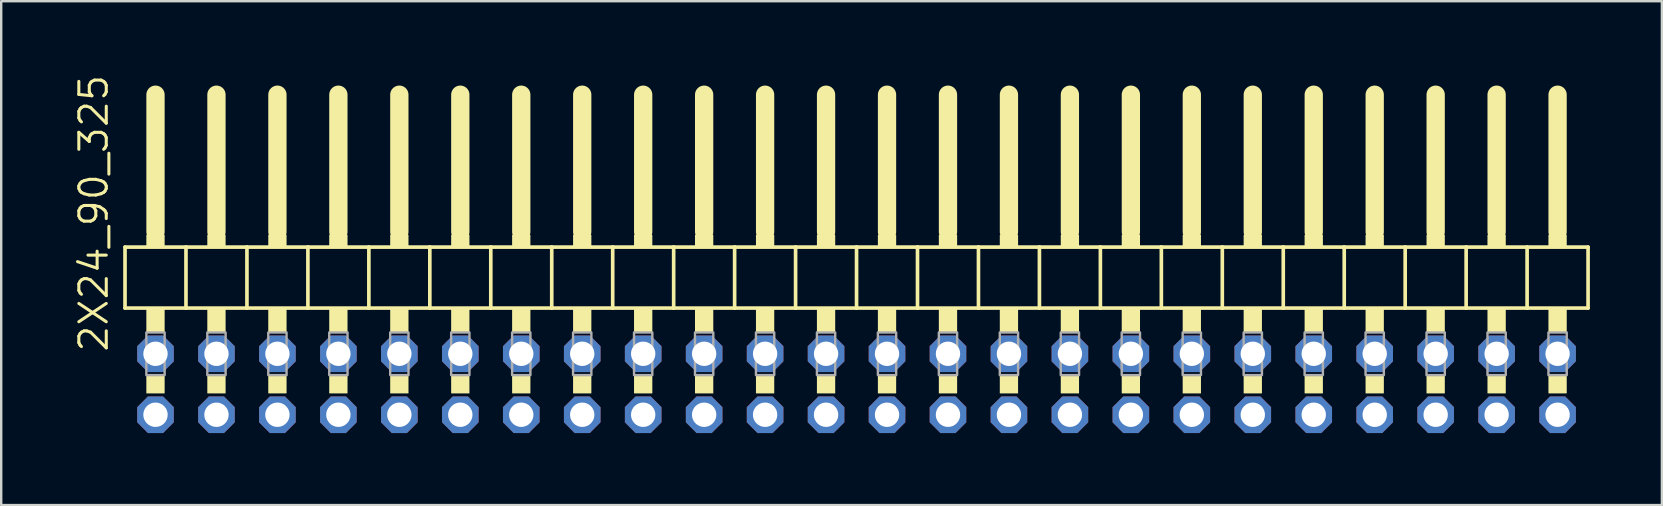
<source format=kicad_pcb>
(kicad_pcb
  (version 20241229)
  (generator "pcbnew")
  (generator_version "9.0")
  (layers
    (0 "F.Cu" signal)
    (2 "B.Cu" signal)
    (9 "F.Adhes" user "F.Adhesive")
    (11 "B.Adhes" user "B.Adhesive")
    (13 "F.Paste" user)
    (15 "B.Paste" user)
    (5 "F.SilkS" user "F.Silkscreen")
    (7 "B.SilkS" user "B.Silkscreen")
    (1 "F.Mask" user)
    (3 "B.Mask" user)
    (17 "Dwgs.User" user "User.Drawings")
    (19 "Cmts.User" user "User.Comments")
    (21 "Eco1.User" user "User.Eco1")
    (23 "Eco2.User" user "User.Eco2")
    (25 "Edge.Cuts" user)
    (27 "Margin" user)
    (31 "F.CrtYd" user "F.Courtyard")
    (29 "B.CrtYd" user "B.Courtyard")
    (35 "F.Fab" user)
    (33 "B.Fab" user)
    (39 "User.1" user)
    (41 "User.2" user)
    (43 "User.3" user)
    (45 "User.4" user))
  (footprint "2X24_90_325"
    (layer "F.Cu")
    (at 32.639 7.881)
    (property "Reference" "2X24_90_325" (at -31.115 3.81 90) (unlocked yes) (layer "F.SilkS") (effects (font (size 1.143 1.143) (thickness 0.127)) (justify left bottom)))
    (fp_line (start -30.48 -0.635) (end -30.48 1.905) (stroke (width 0.152) (type solid)) (layer "F.SilkS"))
    (fp_line (start -30.48 1.905) (end -27.94 1.905) (stroke (width 0.152) (type solid)) (layer "F.SilkS"))
    (fp_line (start -29.21 -6.985) (end -29.21 -1.27) (stroke (width 0.762) (type solid)) (layer "F.SilkS"))
    (fp_line (start -27.94 -0.635) (end -30.48 -0.635) (stroke (width 0.152) (type solid)) (layer "F.SilkS"))
    (fp_line (start -27.94 1.905) (end -27.94 -0.635) (stroke (width 0.152) (type solid)) (layer "F.SilkS"))
    (fp_line (start -27.94 1.905) (end -25.4 1.905) (stroke (width 0.152) (type solid)) (layer "F.SilkS"))
    (fp_line (start -26.67 -6.985) (end -26.67 -1.27) (stroke (width 0.762) (type solid)) (layer "F.SilkS"))
    (fp_line (start -25.4 -0.635) (end -27.94 -0.635) (stroke (width 0.152) (type solid)) (layer "F.SilkS"))
    (fp_line (start -25.4 1.905) (end -25.4 -0.635) (stroke (width 0.152) (type solid)) (layer "F.SilkS"))
    (fp_line (start -25.4 1.905) (end -22.86 1.905) (stroke (width 0.152) (type solid)) (layer "F.SilkS"))
    (fp_line (start -24.13 -6.985) (end -24.13 -1.27) (stroke (width 0.762) (type solid)) (layer "F.SilkS"))
    (fp_line (start -22.86 -0.635) (end -25.4 -0.635) (stroke (width 0.152) (type solid)) (layer "F.SilkS"))
    (fp_line (start -22.86 1.905) (end -22.86 -0.635) (stroke (width 0.152) (type solid)) (layer "F.SilkS"))
    (fp_line (start -22.86 1.905) (end -20.32 1.905) (stroke (width 0.152) (type solid)) (layer "F.SilkS"))
    (fp_line (start -21.59 -6.985) (end -21.59 -1.27) (stroke (width 0.762) (type solid)) (layer "F.SilkS"))
    (fp_line (start -20.32 -0.635) (end -22.86 -0.635) (stroke (width 0.152) (type solid)) (layer "F.SilkS"))
    (fp_line (start -20.32 1.905) (end -20.32 -0.635) (stroke (width 0.152) (type solid)) (layer "F.SilkS"))
    (fp_line (start -20.32 1.905) (end -17.78 1.905) (stroke (width 0.152) (type solid)) (layer "F.SilkS"))
    (fp_line (start -19.05 -6.985) (end -19.05 -1.27) (stroke (width 0.762) (type solid)) (layer "F.SilkS"))
    (fp_line (start -17.78 -0.635) (end -20.32 -0.635) (stroke (width 0.152) (type solid)) (layer "F.SilkS"))
    (fp_line (start -17.78 1.905) (end -17.78 -0.635) (stroke (width 0.152) (type solid)) (layer "F.SilkS"))
    (fp_line (start -17.78 1.905) (end -15.24 1.905) (stroke (width 0.152) (type solid)) (layer "F.SilkS"))
    (fp_line (start -16.51 -6.985) (end -16.51 -1.27) (stroke (width 0.762) (type solid)) (layer "F.SilkS"))
    (fp_line (start -15.24 -0.635) (end -17.78 -0.635) (stroke (width 0.152) (type solid)) (layer "F.SilkS"))
    (fp_line (start -15.24 1.905) (end -15.24 -0.635) (stroke (width 0.152) (type solid)) (layer "F.SilkS"))
    (fp_line (start -15.24 1.905) (end -12.7 1.905) (stroke (width 0.152) (type solid)) (layer "F.SilkS"))
    (fp_line (start -13.97 -6.985) (end -13.97 -1.27) (stroke (width 0.762) (type solid)) (layer "F.SilkS"))
    (fp_line (start -12.7 -0.635) (end -15.24 -0.635) (stroke (width 0.152) (type solid)) (layer "F.SilkS"))
    (fp_line (start -12.7 1.905) (end -12.7 -0.635) (stroke (width 0.152) (type solid)) (layer "F.SilkS"))
    (fp_line (start -12.7 1.905) (end -10.16 1.905) (stroke (width 0.152) (type solid)) (layer "F.SilkS"))
    (fp_line (start -11.43 -6.985) (end -11.43 -1.27) (stroke (width 0.762) (type solid)) (layer "F.SilkS"))
    (fp_line (start -10.16 -0.635) (end -12.7 -0.635) (stroke (width 0.152) (type solid)) (layer "F.SilkS"))
    (fp_line (start -10.16 1.905) (end -10.16 -0.635) (stroke (width 0.152) (type solid)) (layer "F.SilkS"))
    (fp_line (start -10.16 1.905) (end -7.62 1.905) (stroke (width 0.152) (type solid)) (layer "F.SilkS"))
    (fp_line (start -8.89 -6.985) (end -8.89 -1.27) (stroke (width 0.762) (type solid)) (layer "F.SilkS"))
    (fp_line (start -7.62 -0.635) (end -10.16 -0.635) (stroke (width 0.152) (type solid)) (layer "F.SilkS"))
    (fp_line (start -7.62 1.905) (end -7.62 -0.635) (stroke (width 0.152) (type solid)) (layer "F.SilkS"))
    (fp_line (start -7.62 1.905) (end -5.08 1.905) (stroke (width 0.152) (type solid)) (layer "F.SilkS"))
    (fp_line (start -6.35 -6.985) (end -6.35 -1.27) (stroke (width 0.762) (type solid)) (layer "F.SilkS"))
    (fp_line (start -5.08 -0.635) (end -7.62 -0.635) (stroke (width 0.152) (type solid)) (layer "F.SilkS"))
    (fp_line (start -5.08 1.905) (end -5.08 -0.635) (stroke (width 0.152) (type solid)) (layer "F.SilkS"))
    (fp_line (start -5.08 1.905) (end -2.54 1.905) (stroke (width 0.152) (type solid)) (layer "F.SilkS"))
    (fp_line (start -3.81 -6.985) (end -3.81 -1.27) (stroke (width 0.762) (type solid)) (layer "F.SilkS"))
    (fp_line (start -2.54 -0.635) (end -5.08 -0.635) (stroke (width 0.152) (type solid)) (layer "F.SilkS"))
    (fp_line (start -2.54 1.905) (end -2.54 -0.635) (stroke (width 0.152) (type solid)) (layer "F.SilkS"))
    (fp_line (start -2.54 1.905) (end 0 1.905) (stroke (width 0.152) (type solid)) (layer "F.SilkS"))
    (fp_line (start -1.27 -6.985) (end -1.27 -1.27) (stroke (width 0.762) (type solid)) (layer "F.SilkS"))
    (fp_line (start 0 -0.635) (end -2.54 -0.635) (stroke (width 0.152) (type solid)) (layer "F.SilkS"))
    (fp_line (start 0 1.905) (end 0 -0.635) (stroke (width 0.152) (type solid)) (layer "F.SilkS"))
    (fp_line (start 0 1.905) (end 2.54 1.905) (stroke (width 0.152) (type solid)) (layer "F.SilkS"))
    (fp_line (start 1.27 -6.985) (end 1.27 -1.27) (stroke (width 0.762) (type solid)) (layer "F.SilkS"))
    (fp_line (start 2.54 -0.635) (end 0 -0.635) (stroke (width 0.152) (type solid)) (layer "F.SilkS"))
    (fp_line (start 2.54 1.905) (end 2.54 -0.635) (stroke (width 0.152) (type solid)) (layer "F.SilkS"))
    (fp_line (start 2.54 1.905) (end 5.08 1.905) (stroke (width 0.152) (type solid)) (layer "F.SilkS"))
    (fp_line (start 3.81 -6.985) (end 3.81 -1.27) (stroke (width 0.762) (type solid)) (layer "F.SilkS"))
    (fp_line (start 5.08 -0.635) (end 2.54 -0.635) (stroke (width 0.152) (type solid)) (layer "F.SilkS"))
    (fp_line (start 5.08 1.905) (end 5.08 -0.635) (stroke (width 0.152) (type solid)) (layer "F.SilkS"))
    (fp_line (start 5.08 1.905) (end 7.62 1.905) (stroke (width 0.152) (type solid)) (layer "F.SilkS"))
    (fp_line (start 6.35 -6.985) (end 6.35 -1.27) (stroke (width 0.762) (type solid)) (layer "F.SilkS"))
    (fp_line (start 7.62 -0.635) (end 5.08 -0.635) (stroke (width 0.152) (type solid)) (layer "F.SilkS"))
    (fp_line (start 7.62 1.905) (end 7.62 -0.635) (stroke (width 0.152) (type solid)) (layer "F.SilkS"))
    (fp_line (start 7.62 1.905) (end 10.16 1.905) (stroke (width 0.152) (type solid)) (layer "F.SilkS"))
    (fp_line (start 8.89 -6.985) (end 8.89 -1.27) (stroke (width 0.762) (type solid)) (layer "F.SilkS"))
    (fp_line (start 10.16 -0.635) (end 7.62 -0.635) (stroke (width 0.152) (type solid)) (layer "F.SilkS"))
    (fp_line (start 10.16 1.905) (end 10.16 -0.635) (stroke (width 0.152) (type solid)) (layer "F.SilkS"))
    (fp_line (start 10.16 1.905) (end 12.7 1.905) (stroke (width 0.152) (type solid)) (layer "F.SilkS"))
    (fp_line (start 11.43 -6.985) (end 11.43 -1.27) (stroke (width 0.762) (type solid)) (layer "F.SilkS"))
    (fp_line (start 12.7 -0.635) (end 10.16 -0.635) (stroke (width 0.152) (type solid)) (layer "F.SilkS"))
    (fp_line (start 12.7 1.905) (end 12.7 -0.635) (stroke (width 0.152) (type solid)) (layer "F.SilkS"))
    (fp_line (start 12.7 1.905) (end 15.24 1.905) (stroke (width 0.152) (type solid)) (layer "F.SilkS"))
    (fp_line (start 13.97 -6.985) (end 13.97 -1.27) (stroke (width 0.762) (type solid)) (layer "F.SilkS"))
    (fp_line (start 15.24 -0.635) (end 12.7 -0.635) (stroke (width 0.152) (type solid)) (layer "F.SilkS"))
    (fp_line (start 15.24 1.905) (end 15.24 -0.635) (stroke (width 0.152) (type solid)) (layer "F.SilkS"))
    (fp_line (start 15.24 1.905) (end 17.78 1.905) (stroke (width 0.152) (type solid)) (layer "F.SilkS"))
    (fp_line (start 16.51 -6.985) (end 16.51 -1.27) (stroke (width 0.762) (type solid)) (layer "F.SilkS"))
    (fp_line (start 17.78 -0.635) (end 15.24 -0.635) (stroke (width 0.152) (type solid)) (layer "F.SilkS"))
    (fp_line (start 17.78 1.905) (end 17.78 -0.635) (stroke (width 0.152) (type solid)) (layer "F.SilkS"))
    (fp_line (start 17.78 1.905) (end 20.32 1.905) (stroke (width 0.152) (type solid)) (layer "F.SilkS"))
    (fp_line (start 19.05 -6.985) (end 19.05 -1.27) (stroke (width 0.762) (type solid)) (layer "F.SilkS"))
    (fp_line (start 20.32 -0.635) (end 17.78 -0.635) (stroke (width 0.152) (type solid)) (layer "F.SilkS"))
    (fp_line (start 20.32 1.905) (end 20.32 -0.635) (stroke (width 0.152) (type solid)) (layer "F.SilkS"))
    (fp_line (start 20.32 1.905) (end 22.86 1.905) (stroke (width 0.152) (type solid)) (layer "F.SilkS"))
    (fp_line (start 21.59 -6.985) (end 21.59 -1.27) (stroke (width 0.762) (type solid)) (layer "F.SilkS"))
    (fp_line (start 22.86 -0.635) (end 20.32 -0.635) (stroke (width 0.152) (type solid)) (layer "F.SilkS"))
    (fp_line (start 22.86 1.905) (end 22.86 -0.635) (stroke (width 0.152) (type solid)) (layer "F.SilkS"))
    (fp_line (start 22.86 1.905) (end 25.4 1.905) (stroke (width 0.152) (type solid)) (layer "F.SilkS"))
    (fp_line (start 24.13 -6.985) (end 24.13 -1.27) (stroke (width 0.762) (type solid)) (layer "F.SilkS"))
    (fp_line (start 25.4 -0.635) (end 22.86 -0.635) (stroke (width 0.152) (type solid)) (layer "F.SilkS"))
    (fp_line (start 25.4 1.905) (end 25.4 -0.635) (stroke (width 0.152) (type solid)) (layer "F.SilkS"))
    (fp_line (start 25.4 1.905) (end 27.94 1.905) (stroke (width 0.152) (type solid)) (layer "F.SilkS"))
    (fp_line (start 26.67 -6.985) (end 26.67 -1.27) (stroke (width 0.762) (type solid)) (layer "F.SilkS"))
    (fp_line (start 27.94 -0.635) (end 25.4 -0.635) (stroke (width 0.152) (type solid)) (layer "F.SilkS"))
    (fp_line (start 27.94 1.905) (end 27.94 -0.635) (stroke (width 0.152) (type solid)) (layer "F.SilkS"))
    (fp_line (start 27.94 1.905) (end 30.48 1.905) (stroke (width 0.152) (type solid)) (layer "F.SilkS"))
    (fp_line (start 29.21 -6.985) (end 29.21 -1.27) (stroke (width 0.762) (type solid)) (layer "F.SilkS"))
    (fp_line (start 30.48 -0.635) (end 27.94 -0.635) (stroke (width 0.152) (type solid)) (layer "F.SilkS"))
    (fp_line (start 30.48 1.905) (end 30.48 -0.635) (stroke (width 0.152) (type solid)) (layer "F.SilkS"))
    (fp_poly (pts (xy -29.591 -0.635) (xy -28.829 -0.635) (xy -28.829 -1.143) (xy -29.591 -1.143)) (stroke (width 0) (type default)) (fill yes) (layer "F.SilkS"))
    (fp_poly (pts (xy -29.591 2.921) (xy -28.829 2.921) (xy -28.829 1.905) (xy -29.591 1.905)) (stroke (width 0) (type default)) (fill yes) (layer "F.SilkS"))
    (fp_poly (pts (xy -29.591 5.461) (xy -28.829 5.461) (xy -28.829 4.699) (xy -29.591 4.699)) (stroke (width 0) (type default)) (fill yes) (layer "F.SilkS"))
    (fp_poly (pts (xy -27.051 -0.635) (xy -26.289 -0.635) (xy -26.289 -1.143) (xy -27.051 -1.143)) (stroke (width 0) (type default)) (fill yes) (layer "F.SilkS"))
    (fp_poly (pts (xy -27.051 2.921) (xy -26.289 2.921) (xy -26.289 1.905) (xy -27.051 1.905)) (stroke (width 0) (type default)) (fill yes) (layer "F.SilkS"))
    (fp_poly (pts (xy -27.051 5.461) (xy -26.289 5.461) (xy -26.289 4.699) (xy -27.051 4.699)) (stroke (width 0) (type default)) (fill yes) (layer "F.SilkS"))
    (fp_poly (pts (xy -24.511 -0.635) (xy -23.749 -0.635) (xy -23.749 -1.143) (xy -24.511 -1.143)) (stroke (width 0) (type default)) (fill yes) (layer "F.SilkS"))
    (fp_poly (pts (xy -24.511 2.921) (xy -23.749 2.921) (xy -23.749 1.905) (xy -24.511 1.905)) (stroke (width 0) (type default)) (fill yes) (layer "F.SilkS"))
    (fp_poly (pts (xy -24.511 5.461) (xy -23.749 5.461) (xy -23.749 4.699) (xy -24.511 4.699)) (stroke (width 0) (type default)) (fill yes) (layer "F.SilkS"))
    (fp_poly (pts (xy -21.971 -0.635) (xy -21.209 -0.635) (xy -21.209 -1.143) (xy -21.971 -1.143)) (stroke (width 0) (type default)) (fill yes) (layer "F.SilkS"))
    (fp_poly (pts (xy -21.971 2.921) (xy -21.209 2.921) (xy -21.209 1.905) (xy -21.971 1.905)) (stroke (width 0) (type default)) (fill yes) (layer "F.SilkS"))
    (fp_poly (pts (xy -21.971 5.461) (xy -21.209 5.461) (xy -21.209 4.699) (xy -21.971 4.699)) (stroke (width 0) (type default)) (fill yes) (layer "F.SilkS"))
    (fp_poly (pts (xy -19.431 -0.635) (xy -18.669 -0.635) (xy -18.669 -1.143) (xy -19.431 -1.143)) (stroke (width 0) (type default)) (fill yes) (layer "F.SilkS"))
    (fp_poly (pts (xy -19.431 2.921) (xy -18.669 2.921) (xy -18.669 1.905) (xy -19.431 1.905)) (stroke (width 0) (type default)) (fill yes) (layer "F.SilkS"))
    (fp_poly (pts (xy -19.431 5.461) (xy -18.669 5.461) (xy -18.669 4.699) (xy -19.431 4.699)) (stroke (width 0) (type default)) (fill yes) (layer "F.SilkS"))
    (fp_poly (pts (xy -16.891 -0.635) (xy -16.129 -0.635) (xy -16.129 -1.143) (xy -16.891 -1.143)) (stroke (width 0) (type default)) (fill yes) (layer "F.SilkS"))
    (fp_poly (pts (xy -16.891 2.921) (xy -16.129 2.921) (xy -16.129 1.905) (xy -16.891 1.905)) (stroke (width 0) (type default)) (fill yes) (layer "F.SilkS"))
    (fp_poly (pts (xy -16.891 5.461) (xy -16.129 5.461) (xy -16.129 4.699) (xy -16.891 4.699)) (stroke (width 0) (type default)) (fill yes) (layer "F.SilkS"))
    (fp_poly (pts (xy -14.351 -0.635) (xy -13.589 -0.635) (xy -13.589 -1.143) (xy -14.351 -1.143)) (stroke (width 0) (type default)) (fill yes) (layer "F.SilkS"))
    (fp_poly (pts (xy -14.351 2.921) (xy -13.589 2.921) (xy -13.589 1.905) (xy -14.351 1.905)) (stroke (width 0) (type default)) (fill yes) (layer "F.SilkS"))
    (fp_poly (pts (xy -14.351 5.461) (xy -13.589 5.461) (xy -13.589 4.699) (xy -14.351 4.699)) (stroke (width 0) (type default)) (fill yes) (layer "F.SilkS"))
    (fp_poly (pts (xy -11.811 -0.635) (xy -11.049 -0.635) (xy -11.049 -1.143) (xy -11.811 -1.143)) (stroke (width 0) (type default)) (fill yes) (layer "F.SilkS"))
    (fp_poly (pts (xy -11.811 2.921) (xy -11.049 2.921) (xy -11.049 1.905) (xy -11.811 1.905)) (stroke (width 0) (type default)) (fill yes) (layer "F.SilkS"))
    (fp_poly (pts (xy -11.811 5.461) (xy -11.049 5.461) (xy -11.049 4.699) (xy -11.811 4.699)) (stroke (width 0) (type default)) (fill yes) (layer "F.SilkS"))
    (fp_poly (pts (xy -9.271 -0.635) (xy -8.509 -0.635) (xy -8.509 -1.143) (xy -9.271 -1.143)) (stroke (width 0) (type default)) (fill yes) (layer "F.SilkS"))
    (fp_poly (pts (xy -9.271 2.921) (xy -8.509 2.921) (xy -8.509 1.905) (xy -9.271 1.905)) (stroke (width 0) (type default)) (fill yes) (layer "F.SilkS"))
    (fp_poly (pts (xy -9.271 5.461) (xy -8.509 5.461) (xy -8.509 4.699) (xy -9.271 4.699)) (stroke (width 0) (type default)) (fill yes) (layer "F.SilkS"))
    (fp_poly (pts (xy -6.731 -0.635) (xy -5.969 -0.635) (xy -5.969 -1.143) (xy -6.731 -1.143)) (stroke (width 0) (type default)) (fill yes) (layer "F.SilkS"))
    (fp_poly (pts (xy -6.731 2.921) (xy -5.969 2.921) (xy -5.969 1.905) (xy -6.731 1.905)) (stroke (width 0) (type default)) (fill yes) (layer "F.SilkS"))
    (fp_poly (pts (xy -6.731 5.461) (xy -5.969 5.461) (xy -5.969 4.699) (xy -6.731 4.699)) (stroke (width 0) (type default)) (fill yes) (layer "F.SilkS"))
    (fp_poly (pts (xy -4.191 -0.635) (xy -3.429 -0.635) (xy -3.429 -1.143) (xy -4.191 -1.143)) (stroke (width 0) (type default)) (fill yes) (layer "F.SilkS"))
    (fp_poly (pts (xy -4.191 2.921) (xy -3.429 2.921) (xy -3.429 1.905) (xy -4.191 1.905)) (stroke (width 0) (type default)) (fill yes) (layer "F.SilkS"))
    (fp_poly (pts (xy -4.191 5.461) (xy -3.429 5.461) (xy -3.429 4.699) (xy -4.191 4.699)) (stroke (width 0) (type default)) (fill yes) (layer "F.SilkS"))
    (fp_poly (pts (xy -1.651 -0.635) (xy -0.889 -0.635) (xy -0.889 -1.143) (xy -1.651 -1.143)) (stroke (width 0) (type default)) (fill yes) (layer "F.SilkS"))
    (fp_poly (pts (xy -1.651 2.921) (xy -0.889 2.921) (xy -0.889 1.905) (xy -1.651 1.905)) (stroke (width 0) (type default)) (fill yes) (layer "F.SilkS"))
    (fp_poly (pts (xy -1.651 5.461) (xy -0.889 5.461) (xy -0.889 4.699) (xy -1.651 4.699)) (stroke (width 0) (type default)) (fill yes) (layer "F.SilkS"))
    (fp_poly (pts (xy 0.889 -0.635) (xy 1.651 -0.635) (xy 1.651 -1.143) (xy 0.889 -1.143)) (stroke (width 0) (type default)) (fill yes) (layer "F.SilkS"))
    (fp_poly (pts (xy 0.889 2.921) (xy 1.651 2.921) (xy 1.651 1.905) (xy 0.889 1.905)) (stroke (width 0) (type default)) (fill yes) (layer "F.SilkS"))
    (fp_poly (pts (xy 0.889 5.461) (xy 1.651 5.461) (xy 1.651 4.699) (xy 0.889 4.699)) (stroke (width 0) (type default)) (fill yes) (layer "F.SilkS"))
    (fp_poly (pts (xy 3.429 -0.635) (xy 4.191 -0.635) (xy 4.191 -1.143) (xy 3.429 -1.143)) (stroke (width 0) (type default)) (fill yes) (layer "F.SilkS"))
    (fp_poly (pts (xy 3.429 2.921) (xy 4.191 2.921) (xy 4.191 1.905) (xy 3.429 1.905)) (stroke (width 0) (type default)) (fill yes) (layer "F.SilkS"))
    (fp_poly (pts (xy 3.429 5.461) (xy 4.191 5.461) (xy 4.191 4.699) (xy 3.429 4.699)) (stroke (width 0) (type default)) (fill yes) (layer "F.SilkS"))
    (fp_poly (pts (xy 5.969 -0.635) (xy 6.731 -0.635) (xy 6.731 -1.143) (xy 5.969 -1.143)) (stroke (width 0) (type default)) (fill yes) (layer "F.SilkS"))
    (fp_poly (pts (xy 5.969 2.921) (xy 6.731 2.921) (xy 6.731 1.905) (xy 5.969 1.905)) (stroke (width 0) (type default)) (fill yes) (layer "F.SilkS"))
    (fp_poly (pts (xy 5.969 5.461) (xy 6.731 5.461) (xy 6.731 4.699) (xy 5.969 4.699)) (stroke (width 0) (type default)) (fill yes) (layer "F.SilkS"))
    (fp_poly (pts (xy 8.509 -0.635) (xy 9.271 -0.635) (xy 9.271 -1.143) (xy 8.509 -1.143)) (stroke (width 0) (type default)) (fill yes) (layer "F.SilkS"))
    (fp_poly (pts (xy 8.509 2.921) (xy 9.271 2.921) (xy 9.271 1.905) (xy 8.509 1.905)) (stroke (width 0) (type default)) (fill yes) (layer "F.SilkS"))
    (fp_poly (pts (xy 8.509 5.461) (xy 9.271 5.461) (xy 9.271 4.699) (xy 8.509 4.699)) (stroke (width 0) (type default)) (fill yes) (layer "F.SilkS"))
    (fp_poly (pts (xy 11.049 -0.635) (xy 11.811 -0.635) (xy 11.811 -1.143) (xy 11.049 -1.143)) (stroke (width 0) (type default)) (fill yes) (layer "F.SilkS"))
    (fp_poly (pts (xy 11.049 2.921) (xy 11.811 2.921) (xy 11.811 1.905) (xy 11.049 1.905)) (stroke (width 0) (type default)) (fill yes) (layer "F.SilkS"))
    (fp_poly (pts (xy 11.049 5.461) (xy 11.811 5.461) (xy 11.811 4.699) (xy 11.049 4.699)) (stroke (width 0) (type default)) (fill yes) (layer "F.SilkS"))
    (fp_poly (pts (xy 13.589 -0.635) (xy 14.351 -0.635) (xy 14.351 -1.143) (xy 13.589 -1.143)) (stroke (width 0) (type default)) (fill yes) (layer "F.SilkS"))
    (fp_poly (pts (xy 13.589 2.921) (xy 14.351 2.921) (xy 14.351 1.905) (xy 13.589 1.905)) (stroke (width 0) (type default)) (fill yes) (layer "F.SilkS"))
    (fp_poly (pts (xy 13.589 5.461) (xy 14.351 5.461) (xy 14.351 4.699) (xy 13.589 4.699)) (stroke (width 0) (type default)) (fill yes) (layer "F.SilkS"))
    (fp_poly (pts (xy 16.129 -0.635) (xy 16.891 -0.635) (xy 16.891 -1.143) (xy 16.129 -1.143)) (stroke (width 0) (type default)) (fill yes) (layer "F.SilkS"))
    (fp_poly (pts (xy 16.129 2.921) (xy 16.891 2.921) (xy 16.891 1.905) (xy 16.129 1.905)) (stroke (width 0) (type default)) (fill yes) (layer "F.SilkS"))
    (fp_poly (pts (xy 16.129 5.461) (xy 16.891 5.461) (xy 16.891 4.699) (xy 16.129 4.699)) (stroke (width 0) (type default)) (fill yes) (layer "F.SilkS"))
    (fp_poly (pts (xy 18.669 -0.635) (xy 19.431 -0.635) (xy 19.431 -1.143) (xy 18.669 -1.143)) (stroke (width 0) (type default)) (fill yes) (layer "F.SilkS"))
    (fp_poly (pts (xy 18.669 2.921) (xy 19.431 2.921) (xy 19.431 1.905) (xy 18.669 1.905)) (stroke (width 0) (type default)) (fill yes) (layer "F.SilkS"))
    (fp_poly (pts (xy 18.669 5.461) (xy 19.431 5.461) (xy 19.431 4.699) (xy 18.669 4.699)) (stroke (width 0) (type default)) (fill yes) (layer "F.SilkS"))
    (fp_poly (pts (xy 21.209 -0.635) (xy 21.971 -0.635) (xy 21.971 -1.143) (xy 21.209 -1.143)) (stroke (width 0) (type default)) (fill yes) (layer "F.SilkS"))
    (fp_poly (pts (xy 21.209 2.921) (xy 21.971 2.921) (xy 21.971 1.905) (xy 21.209 1.905)) (stroke (width 0) (type default)) (fill yes) (layer "F.SilkS"))
    (fp_poly (pts (xy 21.209 5.461) (xy 21.971 5.461) (xy 21.971 4.699) (xy 21.209 4.699)) (stroke (width 0) (type default)) (fill yes) (layer "F.SilkS"))
    (fp_poly (pts (xy 23.749 -0.635) (xy 24.511 -0.635) (xy 24.511 -1.143) (xy 23.749 -1.143)) (stroke (width 0) (type default)) (fill yes) (layer "F.SilkS"))
    (fp_poly (pts (xy 23.749 2.921) (xy 24.511 2.921) (xy 24.511 1.905) (xy 23.749 1.905)) (stroke (width 0) (type default)) (fill yes) (layer "F.SilkS"))
    (fp_poly (pts (xy 23.749 5.461) (xy 24.511 5.461) (xy 24.511 4.699) (xy 23.749 4.699)) (stroke (width 0) (type default)) (fill yes) (layer "F.SilkS"))
    (fp_poly (pts (xy 26.289 -0.635) (xy 27.051 -0.635) (xy 27.051 -1.143) (xy 26.289 -1.143)) (stroke (width 0) (type default)) (fill yes) (layer "F.SilkS"))
    (fp_poly (pts (xy 26.289 2.921) (xy 27.051 2.921) (xy 27.051 1.905) (xy 26.289 1.905)) (stroke (width 0) (type default)) (fill yes) (layer "F.SilkS"))
    (fp_poly (pts (xy 26.289 5.461) (xy 27.051 5.461) (xy 27.051 4.699) (xy 26.289 4.699)) (stroke (width 0) (type default)) (fill yes) (layer "F.SilkS"))
    (fp_poly (pts (xy 28.829 -0.635) (xy 29.591 -0.635) (xy 29.591 -1.143) (xy 28.829 -1.143)) (stroke (width 0) (type default)) (fill yes) (layer "F.SilkS"))
    (fp_poly (pts (xy 28.829 2.921) (xy 29.591 2.921) (xy 29.591 1.905) (xy 28.829 1.905)) (stroke (width 0) (type default)) (fill yes) (layer "F.SilkS"))
    (fp_poly (pts (xy 28.829 5.461) (xy 29.591 5.461) (xy 29.591 4.699) (xy 28.829 4.699)) (stroke (width 0) (type default)) (fill yes) (layer "F.SilkS"))
    (fp_poly (pts (xy -29.591 4.699) (xy -28.829 4.699) (xy -28.829 2.921) (xy -29.591 2.921)) (stroke (width 0.1) (type default)) (fill no) (layer "F.Fab"))
    (fp_poly (pts (xy -27.051 4.699) (xy -26.289 4.699) (xy -26.289 2.921) (xy -27.051 2.921)) (stroke (width 0.1) (type default)) (fill no) (layer "F.Fab"))
    (fp_poly (pts (xy -24.511 4.699) (xy -23.749 4.699) (xy -23.749 2.921) (xy -24.511 2.921)) (stroke (width 0.1) (type default)) (fill no) (layer "F.Fab"))
    (fp_poly (pts (xy -21.971 4.699) (xy -21.209 4.699) (xy -21.209 2.921) (xy -21.971 2.921)) (stroke (width 0.1) (type default)) (fill no) (layer "F.Fab"))
    (fp_poly (pts (xy -19.431 4.699) (xy -18.669 4.699) (xy -18.669 2.921) (xy -19.431 2.921)) (stroke (width 0.1) (type default)) (fill no) (layer "F.Fab"))
    (fp_poly (pts (xy -16.891 4.699) (xy -16.129 4.699) (xy -16.129 2.921) (xy -16.891 2.921)) (stroke (width 0.1) (type default)) (fill no) (layer "F.Fab"))
    (fp_poly (pts (xy -14.351 4.699) (xy -13.589 4.699) (xy -13.589 2.921) (xy -14.351 2.921)) (stroke (width 0.1) (type default)) (fill no) (layer "F.Fab"))
    (fp_poly (pts (xy -11.811 4.699) (xy -11.049 4.699) (xy -11.049 2.921) (xy -11.811 2.921)) (stroke (width 0.1) (type default)) (fill no) (layer "F.Fab"))
    (fp_poly (pts (xy -9.271 4.699) (xy -8.509 4.699) (xy -8.509 2.921) (xy -9.271 2.921)) (stroke (width 0.1) (type default)) (fill no) (layer "F.Fab"))
    (fp_poly (pts (xy -6.731 4.699) (xy -5.969 4.699) (xy -5.969 2.921) (xy -6.731 2.921)) (stroke (width 0.1) (type default)) (fill no) (layer "F.Fab"))
    (fp_poly (pts (xy -4.191 4.699) (xy -3.429 4.699) (xy -3.429 2.921) (xy -4.191 2.921)) (stroke (width 0.1) (type default)) (fill no) (layer "F.Fab"))
    (fp_poly (pts (xy -1.651 4.699) (xy -0.889 4.699) (xy -0.889 2.921) (xy -1.651 2.921)) (stroke (width 0.1) (type default)) (fill no) (layer "F.Fab"))
    (fp_poly (pts (xy 0.889 4.699) (xy 1.651 4.699) (xy 1.651 2.921) (xy 0.889 2.921)) (stroke (width 0.1) (type default)) (fill no) (layer "F.Fab"))
    (fp_poly (pts (xy 3.429 4.699) (xy 4.191 4.699) (xy 4.191 2.921) (xy 3.429 2.921)) (stroke (width 0.1) (type default)) (fill no) (layer "F.Fab"))
    (fp_poly (pts (xy 5.969 4.699) (xy 6.731 4.699) (xy 6.731 2.921) (xy 5.969 2.921)) (stroke (width 0.1) (type default)) (fill no) (layer "F.Fab"))
    (fp_poly (pts (xy 8.509 4.699) (xy 9.271 4.699) (xy 9.271 2.921) (xy 8.509 2.921)) (stroke (width 0.1) (type default)) (fill no) (layer "F.Fab"))
    (fp_poly (pts (xy 11.049 4.699) (xy 11.811 4.699) (xy 11.811 2.921) (xy 11.049 2.921)) (stroke (width 0.1) (type default)) (fill no) (layer "F.Fab"))
    (fp_poly (pts (xy 13.589 4.699) (xy 14.351 4.699) (xy 14.351 2.921) (xy 13.589 2.921)) (stroke (width 0.1) (type default)) (fill no) (layer "F.Fab"))
    (fp_poly (pts (xy 16.129 4.699) (xy 16.891 4.699) (xy 16.891 2.921) (xy 16.129 2.921)) (stroke (width 0.1) (type default)) (fill no) (layer "F.Fab"))
    (fp_poly (pts (xy 18.669 4.699) (xy 19.431 4.699) (xy 19.431 2.921) (xy 18.669 2.921)) (stroke (width 0.1) (type default)) (fill no) (layer "F.Fab"))
    (fp_poly (pts (xy 21.209 4.699) (xy 21.971 4.699) (xy 21.971 2.921) (xy 21.209 2.921)) (stroke (width 0.1) (type default)) (fill no) (layer "F.Fab"))
    (fp_poly (pts (xy 23.749 4.699) (xy 24.511 4.699) (xy 24.511 2.921) (xy 23.749 2.921)) (stroke (width 0.1) (type default)) (fill no) (layer "F.Fab"))
    (fp_poly (pts (xy 26.289 4.699) (xy 27.051 4.699) (xy 27.051 2.921) (xy 26.289 2.921)) (stroke (width 0.1) (type default)) (fill no) (layer "F.Fab"))
    (fp_poly (pts (xy 28.829 4.699) (xy 29.591 4.699) (xy 29.591 2.921) (xy 28.829 2.921)) (stroke (width 0.1) (type default)) (fill no) (layer "F.Fab"))
    (pad "1" thru_hole roundrect (at -29.21 6.35) (size 1.524 1.524) (drill 1.016) (layers "*.Cu" "*.Mask") (roundrect_rratio 0.25) (chamfer_ratio 0.293) (chamfer top_left top_right bottom_left bottom_right))
    (pad "2" thru_hole roundrect (at -29.21 3.81) (size 1.524 1.524) (drill 1.016) (layers "*.Cu" "*.Mask") (roundrect_rratio 0.25) (chamfer_ratio 0.293) (chamfer top_left top_right bottom_left bottom_right))
    (pad "3" thru_hole roundrect (at -26.67 6.35) (size 1.524 1.524) (drill 1.016) (layers "*.Cu" "*.Mask") (roundrect_rratio 0.25) (chamfer_ratio 0.293) (chamfer top_left top_right bottom_left bottom_right))
    (pad "4" thru_hole roundrect (at -26.67 3.81) (size 1.524 1.524) (drill 1.016) (layers "*.Cu" "*.Mask") (roundrect_rratio 0.25) (chamfer_ratio 0.293) (chamfer top_left top_right bottom_left bottom_right))
    (pad "5" thru_hole roundrect (at -24.13 6.35) (size 1.524 1.524) (drill 1.016) (layers "*.Cu" "*.Mask") (roundrect_rratio 0.25) (chamfer_ratio 0.293) (chamfer top_left top_right bottom_left bottom_right))
    (pad "6" thru_hole roundrect (at -24.13 3.81) (size 1.524 1.524) (drill 1.016) (layers "*.Cu" "*.Mask") (roundrect_rratio 0.25) (chamfer_ratio 0.293) (chamfer top_left top_right bottom_left bottom_right))
    (pad "7" thru_hole roundrect (at -21.59 6.35) (size 1.524 1.524) (drill 1.016) (layers "*.Cu" "*.Mask") (roundrect_rratio 0.25) (chamfer_ratio 0.293) (chamfer top_left top_right bottom_left bottom_right))
    (pad "8" thru_hole roundrect (at -21.59 3.81) (size 1.524 1.524) (drill 1.016) (layers "*.Cu" "*.Mask") (roundrect_rratio 0.25) (chamfer_ratio 0.293) (chamfer top_left top_right bottom_left bottom_right))
    (pad "9" thru_hole roundrect (at -19.05 6.35) (size 1.524 1.524) (drill 1.016) (layers "*.Cu" "*.Mask") (roundrect_rratio 0.25) (chamfer_ratio 0.293) (chamfer top_left top_right bottom_left bottom_right))
    (pad "10" thru_hole roundrect (at -19.05 3.81) (size 1.524 1.524) (drill 1.016) (layers "*.Cu" "*.Mask") (roundrect_rratio 0.25) (chamfer_ratio 0.293) (chamfer top_left top_right bottom_left bottom_right))
    (pad "11" thru_hole roundrect (at -16.51 6.35) (size 1.524 1.524) (drill 1.016) (layers "*.Cu" "*.Mask") (roundrect_rratio 0.25) (chamfer_ratio 0.293) (chamfer top_left top_right bottom_left bottom_right))
    (pad "12" thru_hole roundrect (at -16.51 3.81) (size 1.524 1.524) (drill 1.016) (layers "*.Cu" "*.Mask") (roundrect_rratio 0.25) (chamfer_ratio 0.293) (chamfer top_left top_right bottom_left bottom_right))
    (pad "13" thru_hole roundrect (at -13.97 6.35) (size 1.524 1.524) (drill 1.016) (layers "*.Cu" "*.Mask") (roundrect_rratio 0.25) (chamfer_ratio 0.293) (chamfer top_left top_right bottom_left bottom_right))
    (pad "14" thru_hole roundrect (at -13.97 3.81) (size 1.524 1.524) (drill 1.016) (layers "*.Cu" "*.Mask") (roundrect_rratio 0.25) (chamfer_ratio 0.293) (chamfer top_left top_right bottom_left bottom_right))
    (pad "15" thru_hole roundrect (at -11.43 6.35) (size 1.524 1.524) (drill 1.016) (layers "*.Cu" "*.Mask") (roundrect_rratio 0.25) (chamfer_ratio 0.293) (chamfer top_left top_right bottom_left bottom_right))
    (pad "16" thru_hole roundrect (at -11.43 3.81) (size 1.524 1.524) (drill 1.016) (layers "*.Cu" "*.Mask") (roundrect_rratio 0.25) (chamfer_ratio 0.293) (chamfer top_left top_right bottom_left bottom_right))
    (pad "17" thru_hole roundrect (at -8.89 6.35) (size 1.524 1.524) (drill 1.016) (layers "*.Cu" "*.Mask") (roundrect_rratio 0.25) (chamfer_ratio 0.293) (chamfer top_left top_right bottom_left bottom_right))
    (pad "18" thru_hole roundrect (at -8.89 3.81) (size 1.524 1.524) (drill 1.016) (layers "*.Cu" "*.Mask") (roundrect_rratio 0.25) (chamfer_ratio 0.293) (chamfer top_left top_right bottom_left bottom_right))
    (pad "19" thru_hole roundrect (at -6.35 6.35) (size 1.524 1.524) (drill 1.016) (layers "*.Cu" "*.Mask") (roundrect_rratio 0.25) (chamfer_ratio 0.293) (chamfer top_left top_right bottom_left bottom_right))
    (pad "20" thru_hole roundrect (at -6.35 3.81) (size 1.524 1.524) (drill 1.016) (layers "*.Cu" "*.Mask") (roundrect_rratio 0.25) (chamfer_ratio 0.293) (chamfer top_left top_right bottom_left bottom_right))
    (pad "21" thru_hole roundrect (at -3.81 6.35) (size 1.524 1.524) (drill 1.016) (layers "*.Cu" "*.Mask") (roundrect_rratio 0.25) (chamfer_ratio 0.293) (chamfer top_left top_right bottom_left bottom_right))
    (pad "22" thru_hole roundrect (at -3.81 3.81) (size 1.524 1.524) (drill 1.016) (layers "*.Cu" "*.Mask") (roundrect_rratio 0.25) (chamfer_ratio 0.293) (chamfer top_left top_right bottom_left bottom_right))
    (pad "23" thru_hole roundrect (at -1.27 6.35) (size 1.524 1.524) (drill 1.016) (layers "*.Cu" "*.Mask") (roundrect_rratio 0.25) (chamfer_ratio 0.293) (chamfer top_left top_right bottom_left bottom_right))
    (pad "24" thru_hole roundrect (at -1.27 3.81) (size 1.524 1.524) (drill 1.016) (layers "*.Cu" "*.Mask") (roundrect_rratio 0.25) (chamfer_ratio 0.293) (chamfer top_left top_right bottom_left bottom_right))
    (pad "25" thru_hole roundrect (at 1.27 6.35) (size 1.524 1.524) (drill 1.016) (layers "*.Cu" "*.Mask") (roundrect_rratio 0.25) (chamfer_ratio 0.293) (chamfer top_left top_right bottom_left bottom_right))
    (pad "26" thru_hole roundrect (at 1.27 3.81) (size 1.524 1.524) (drill 1.016) (layers "*.Cu" "*.Mask") (roundrect_rratio 0.25) (chamfer_ratio 0.293) (chamfer top_left top_right bottom_left bottom_right))
    (pad "27" thru_hole roundrect (at 3.81 6.35) (size 1.524 1.524) (drill 1.016) (layers "*.Cu" "*.Mask") (roundrect_rratio 0.25) (chamfer_ratio 0.293) (chamfer top_left top_right bottom_left bottom_right))
    (pad "28" thru_hole roundrect (at 3.81 3.81) (size 1.524 1.524) (drill 1.016) (layers "*.Cu" "*.Mask") (roundrect_rratio 0.25) (chamfer_ratio 0.293) (chamfer top_left top_right bottom_left bottom_right))
    (pad "29" thru_hole roundrect (at 6.35 6.35) (size 1.524 1.524) (drill 1.016) (layers "*.Cu" "*.Mask") (roundrect_rratio 0.25) (chamfer_ratio 0.293) (chamfer top_left top_right bottom_left bottom_right))
    (pad "30" thru_hole roundrect (at 6.35 3.81) (size 1.524 1.524) (drill 1.016) (layers "*.Cu" "*.Mask") (roundrect_rratio 0.25) (chamfer_ratio 0.293) (chamfer top_left top_right bottom_left bottom_right))
    (pad "31" thru_hole roundrect (at 8.89 6.35) (size 1.524 1.524) (drill 1.016) (layers "*.Cu" "*.Mask") (roundrect_rratio 0.25) (chamfer_ratio 0.293) (chamfer top_left top_right bottom_left bottom_right))
    (pad "32" thru_hole roundrect (at 8.89 3.81) (size 1.524 1.524) (drill 1.016) (layers "*.Cu" "*.Mask") (roundrect_rratio 0.25) (chamfer_ratio 0.293) (chamfer top_left top_right bottom_left bottom_right))
    (pad "33" thru_hole roundrect (at 11.43 6.35) (size 1.524 1.524) (drill 1.016) (layers "*.Cu" "*.Mask") (roundrect_rratio 0.25) (chamfer_ratio 0.293) (chamfer top_left top_right bottom_left bottom_right))
    (pad "34" thru_hole roundrect (at 11.43 3.81) (size 1.524 1.524) (drill 1.016) (layers "*.Cu" "*.Mask") (roundrect_rratio 0.25) (chamfer_ratio 0.293) (chamfer top_left top_right bottom_left bottom_right))
    (pad "35" thru_hole roundrect (at 13.97 6.35) (size 1.524 1.524) (drill 1.016) (layers "*.Cu" "*.Mask") (roundrect_rratio 0.25) (chamfer_ratio 0.293) (chamfer top_left top_right bottom_left bottom_right))
    (pad "36" thru_hole roundrect (at 13.97 3.81) (size 1.524 1.524) (drill 1.016) (layers "*.Cu" "*.Mask") (roundrect_rratio 0.25) (chamfer_ratio 0.293) (chamfer top_left top_right bottom_left bottom_right))
    (pad "37" thru_hole roundrect (at 16.51 6.35) (size 1.524 1.524) (drill 1.016) (layers "*.Cu" "*.Mask") (roundrect_rratio 0.25) (chamfer_ratio 0.293) (chamfer top_left top_right bottom_left bottom_right))
    (pad "38" thru_hole roundrect (at 16.51 3.81) (size 1.524 1.524) (drill 1.016) (layers "*.Cu" "*.Mask") (roundrect_rratio 0.25) (chamfer_ratio 0.293) (chamfer top_left top_right bottom_left bottom_right))
    (pad "39" thru_hole roundrect (at 19.05 6.35) (size 1.524 1.524) (drill 1.016) (layers "*.Cu" "*.Mask") (roundrect_rratio 0.25) (chamfer_ratio 0.293) (chamfer top_left top_right bottom_left bottom_right))
    (pad "40" thru_hole roundrect (at 19.05 3.81) (size 1.524 1.524) (drill 1.016) (layers "*.Cu" "*.Mask") (roundrect_rratio 0.25) (chamfer_ratio 0.293) (chamfer top_left top_right bottom_left bottom_right))
    (pad "41" thru_hole roundrect (at 21.59 6.35) (size 1.524 1.524) (drill 1.016) (layers "*.Cu" "*.Mask") (roundrect_rratio 0.25) (chamfer_ratio 0.293) (chamfer top_left top_right bottom_left bottom_right))
    (pad "42" thru_hole roundrect (at 21.59 3.81) (size 1.524 1.524) (drill 1.016) (layers "*.Cu" "*.Mask") (roundrect_rratio 0.25) (chamfer_ratio 0.293) (chamfer top_left top_right bottom_left bottom_right))
    (pad "43" thru_hole roundrect (at 24.13 6.35) (size 1.524 1.524) (drill 1.016) (layers "*.Cu" "*.Mask") (roundrect_rratio 0.25) (chamfer_ratio 0.293) (chamfer top_left top_right bottom_left bottom_right))
    (pad "44" thru_hole roundrect (at 24.13 3.81) (size 1.524 1.524) (drill 1.016) (layers "*.Cu" "*.Mask") (roundrect_rratio 0.25) (chamfer_ratio 0.293) (chamfer top_left top_right bottom_left bottom_right))
    (pad "45" thru_hole roundrect (at 26.67 6.35) (size 1.524 1.524) (drill 1.016) (layers "*.Cu" "*.Mask") (roundrect_rratio 0.25) (chamfer_ratio 0.293) (chamfer top_left top_right bottom_left bottom_right))
    (pad "46" thru_hole roundrect (at 26.67 3.81) (size 1.524 1.524) (drill 1.016) (layers "*.Cu" "*.Mask") (roundrect_rratio 0.25) (chamfer_ratio 0.293) (chamfer top_left top_right bottom_left bottom_right))
    (pad "47" thru_hole roundrect (at 29.21 6.35) (size 1.524 1.524) (drill 1.016) (layers "*.Cu" "*.Mask") (roundrect_rratio 0.25) (chamfer_ratio 0.293) (chamfer top_left top_right bottom_left bottom_right))
    (pad "48" thru_hole roundrect (at 29.21 3.81) (size 1.524 1.524) (drill 1.016) (layers "*.Cu" "*.Mask") (roundrect_rratio 0.25) (chamfer_ratio 0.293) (chamfer top_left top_right bottom_left bottom_right)))
  (gr_rect
    (start -3 -3)
    (end 66.195 17.993)
    (stroke (width 0.1) (type default))
    (fill no)
    (layer "Edge.Cuts")))
</source>
